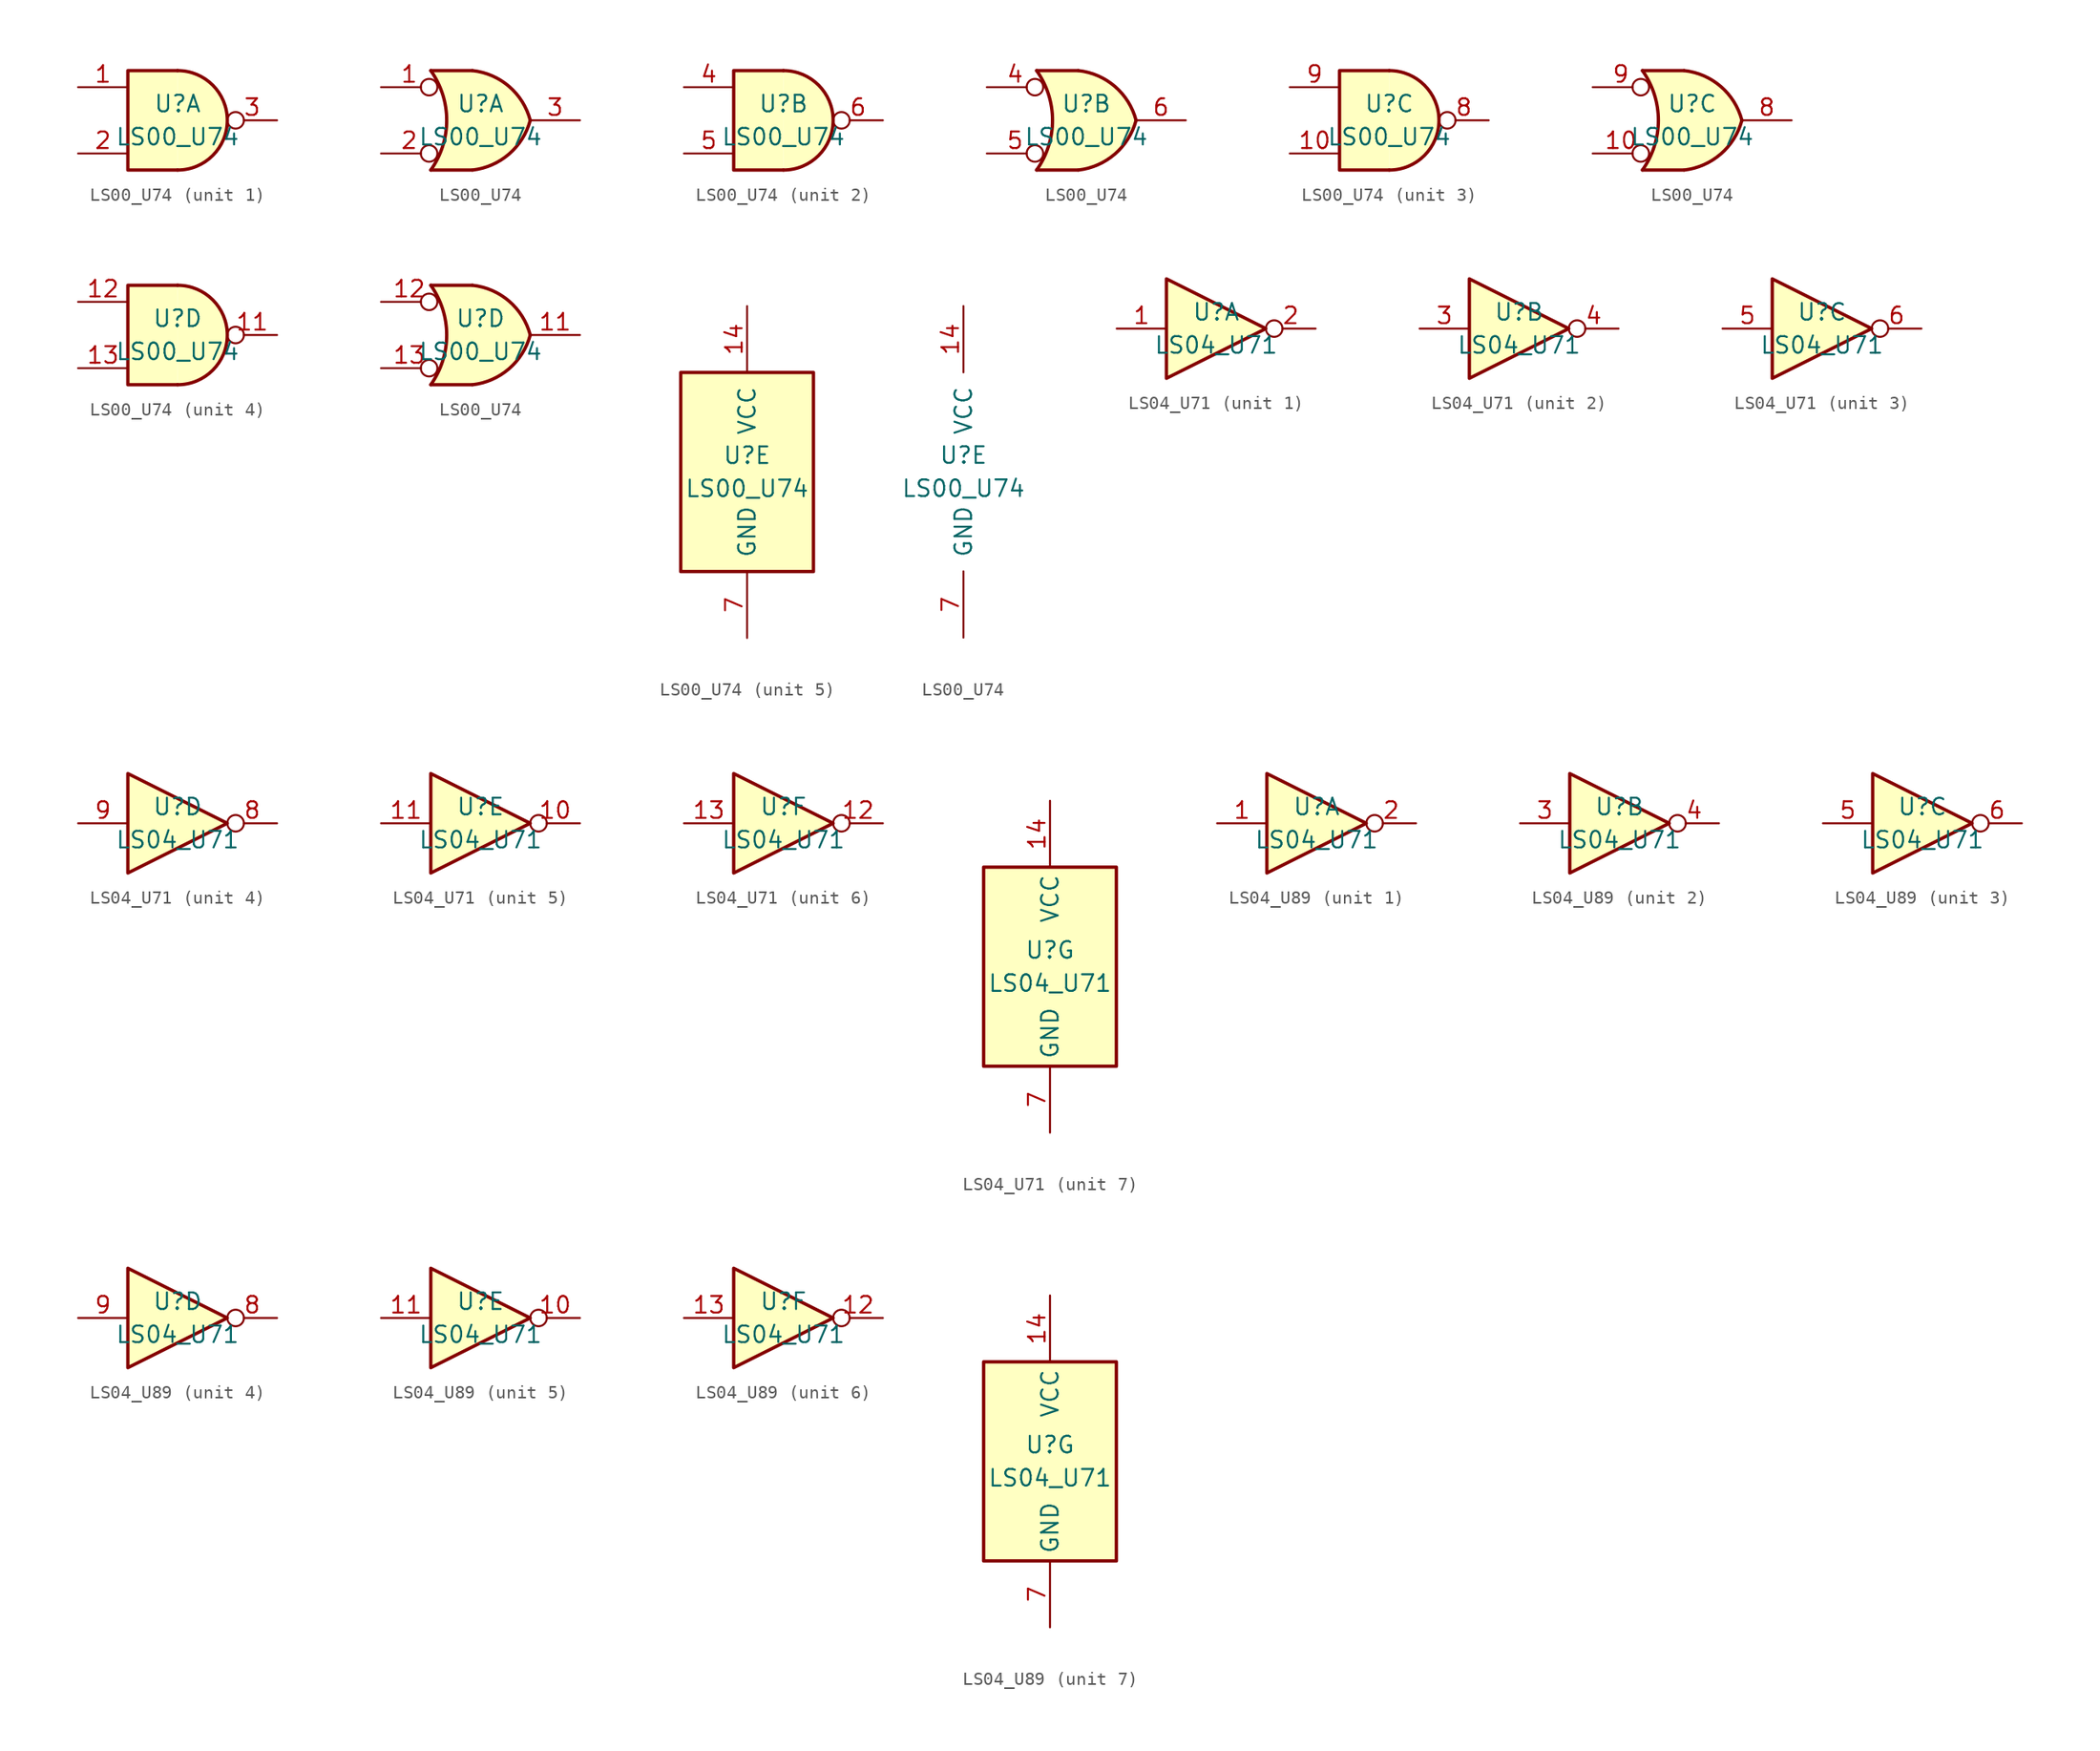
<source format=kicad_sym>
(kicad_symbol_lib
  (version 20220914)
  (generator kicad_symbol_editor)
  (symbol "LS00_U74"
    (pin_names
      (offset 1.016))
    (property "Reference" "U"
      (at 0 1.27 0)
      (effects (font (size 1.27 1.27))))
    (property "Value" "LS00_U74"
      (at 0 -1.27 0)
      (effects (font (size 1.27 1.27))))
    (property "ki_locked" ""
      (at 0 0 0)
      (effects (font (size 1.27 1.27))))
    (symbol "LS00_U74_1_1"
      (arc (start 0 -3.81) (mid 3.7934 0) (end 0 3.81) (stroke (width 0.254) (type default)) (fill (type background)))
      (polyline (pts (xy 0 3.81) (xy -3.81 3.81) (xy -3.81 -3.81) (xy 0 -3.81)) (stroke (width 0.254) (type default)) (fill (type background)))
      (pin input line (at -7.62 2.54 0) (length 3.81) (name "~" (effects (font (size 1.27 1.27)))) (number "1" (effects (font (size 1.27 1.27)))))
      (pin input line (at -7.62 -2.54 0) (length 3.81) (name "~" (effects (font (size 1.27 1.27)))) (number "2" (effects (font (size 1.27 1.27)))))
      (pin output inverted (at 7.62 0 180) (length 3.81) (name "~" (effects (font (size 1.27 1.27)))) (number "3" (effects (font (size 1.27 1.27))))))
    (symbol "LS00_U74_1_2"
      (arc (start -3.81 -3.81) (mid -2.589 0) (end -3.81 3.81) (stroke (width 0.254) (type default)) (fill (type none)))
      (arc (start -0.6096 -3.81) (mid 2.1842 -2.5851) (end 3.81 0) (stroke (width 0.254) (type default)) (fill (type background)))
      (polyline (pts (xy -3.81 -3.81) (xy -0.635 -3.81)) (stroke (width 0.254) (type default)) (fill (type background)))
      (polyline (pts (xy -3.81 3.81) (xy -0.635 3.81)) (stroke (width 0.254) (type default)) (fill (type background)))
      (polyline (pts (xy -0.635 3.81) (xy -3.81 3.81) (xy -3.81 3.81) (xy -3.556 3.404) (xy -3.023 2.261) (xy -2.692 1.041) (xy -2.616 -0.254) (xy -2.769 -1.499) (xy -3.175 -2.718) (xy -3.81 -3.81) (xy -3.81 -3.81) (xy -0.635 -3.81)) (stroke (width -25.4) (type default)) (fill (type background)))
      (arc (start 3.81 0) (mid 2.1915 2.5936) (end -0.6096 3.81) (stroke (width 0.254) (type default)) (fill (type background)))
      (pin input inverted (at -7.62 2.54 0) (length 4.318) (name "~" (effects (font (size 1.27 1.27)))) (number "1" (effects (font (size 1.27 1.27)))))
      (pin input inverted (at -7.62 -2.54 0) (length 4.318) (name "~" (effects (font (size 1.27 1.27)))) (number "2" (effects (font (size 1.27 1.27)))))
      (pin output line (at 7.62 0 180) (length 3.81) (name "~" (effects (font (size 1.27 1.27)))) (number "3" (effects (font (size 1.27 1.27))))))
    (symbol "LS00_U74_2_1"
      (arc (start 0 -3.81) (mid 3.7934 0) (end 0 3.81) (stroke (width 0.254) (type default)) (fill (type background)))
      (polyline (pts (xy 0 3.81) (xy -3.81 3.81) (xy -3.81 -3.81) (xy 0 -3.81)) (stroke (width 0.254) (type default)) (fill (type background)))
      (pin input line (at -7.62 2.54 0) (length 3.81) (name "~" (effects (font (size 1.27 1.27)))) (number "4" (effects (font (size 1.27 1.27)))))
      (pin input line (at -7.62 -2.54 0) (length 3.81) (name "~" (effects (font (size 1.27 1.27)))) (number "5" (effects (font (size 1.27 1.27)))))
      (pin output inverted (at 7.62 0 180) (length 3.81) (name "~" (effects (font (size 1.27 1.27)))) (number "6" (effects (font (size 1.27 1.27))))))
    (symbol "LS00_U74_2_2"
      (arc (start -3.81 -3.81) (mid -2.589 0) (end -3.81 3.81) (stroke (width 0.254) (type default)) (fill (type none)))
      (arc (start -0.6096 -3.81) (mid 2.1842 -2.5851) (end 3.81 0) (stroke (width 0.254) (type default)) (fill (type background)))
      (polyline (pts (xy -3.81 -3.81) (xy -0.635 -3.81)) (stroke (width 0.254) (type default)) (fill (type background)))
      (polyline (pts (xy -3.81 3.81) (xy -0.635 3.81)) (stroke (width 0.254) (type default)) (fill (type background)))
      (polyline (pts (xy -0.635 3.81) (xy -3.81 3.81) (xy -3.81 3.81) (xy -3.556 3.404) (xy -3.023 2.261) (xy -2.692 1.041) (xy -2.616 -0.254) (xy -2.769 -1.499) (xy -3.175 -2.718) (xy -3.81 -3.81) (xy -3.81 -3.81) (xy -0.635 -3.81)) (stroke (width -25.4) (type default)) (fill (type background)))
      (arc (start 3.81 0) (mid 2.1915 2.5936) (end -0.6096 3.81) (stroke (width 0.254) (type default)) (fill (type background)))
      (pin input inverted (at -7.62 2.54 0) (length 4.318) (name "~" (effects (font (size 1.27 1.27)))) (number "4" (effects (font (size 1.27 1.27)))))
      (pin input inverted (at -7.62 -2.54 0) (length 4.318) (name "~" (effects (font (size 1.27 1.27)))) (number "5" (effects (font (size 1.27 1.27)))))
      (pin output line (at 7.62 0 180) (length 3.81) (name "~" (effects (font (size 1.27 1.27)))) (number "6" (effects (font (size 1.27 1.27))))))
    (symbol "LS00_U74_3_1"
      (arc (start 0 -3.81) (mid 3.7934 0) (end 0 3.81) (stroke (width 0.254) (type default)) (fill (type background)))
      (polyline (pts (xy 0 3.81) (xy -3.81 3.81) (xy -3.81 -3.81) (xy 0 -3.81)) (stroke (width 0.254) (type default)) (fill (type background)))
      (pin input line (at -7.62 -2.54 0) (length 3.81) (name "~" (effects (font (size 1.27 1.27)))) (number "10" (effects (font (size 1.27 1.27)))))
      (pin output inverted (at 7.62 0 180) (length 3.81) (name "~" (effects (font (size 1.27 1.27)))) (number "8" (effects (font (size 1.27 1.27)))))
      (pin input line (at -7.62 2.54 0) (length 3.81) (name "~" (effects (font (size 1.27 1.27)))) (number "9" (effects (font (size 1.27 1.27))))))
    (symbol "LS00_U74_3_2"
      (arc (start -3.81 -3.81) (mid -2.589 0) (end -3.81 3.81) (stroke (width 0.254) (type default)) (fill (type none)))
      (arc (start -0.6096 -3.81) (mid 2.1842 -2.5851) (end 3.81 0) (stroke (width 0.254) (type default)) (fill (type background)))
      (polyline (pts (xy -3.81 -3.81) (xy -0.635 -3.81)) (stroke (width 0.254) (type default)) (fill (type background)))
      (polyline (pts (xy -3.81 3.81) (xy -0.635 3.81)) (stroke (width 0.254) (type default)) (fill (type background)))
      (polyline (pts (xy -0.635 3.81) (xy -3.81 3.81) (xy -3.81 3.81) (xy -3.556 3.404) (xy -3.023 2.261) (xy -2.692 1.041) (xy -2.616 -0.254) (xy -2.769 -1.499) (xy -3.175 -2.718) (xy -3.81 -3.81) (xy -3.81 -3.81) (xy -0.635 -3.81)) (stroke (width -25.4) (type default)) (fill (type background)))
      (arc (start 3.81 0) (mid 2.1915 2.5936) (end -0.6096 3.81) (stroke (width 0.254) (type default)) (fill (type background)))
      (pin input inverted (at -7.62 -2.54 0) (length 4.318) (name "~" (effects (font (size 1.27 1.27)))) (number "10" (effects (font (size 1.27 1.27)))))
      (pin output line (at 7.62 0 180) (length 3.81) (name "~" (effects (font (size 1.27 1.27)))) (number "8" (effects (font (size 1.27 1.27)))))
      (pin input inverted (at -7.62 2.54 0) (length 4.318) (name "~" (effects (font (size 1.27 1.27)))) (number "9" (effects (font (size 1.27 1.27))))))
    (symbol "LS00_U74_4_1"
      (arc (start 0 -3.81) (mid 3.7934 0) (end 0 3.81) (stroke (width 0.254) (type default)) (fill (type background)))
      (polyline (pts (xy 0 3.81) (xy -3.81 3.81) (xy -3.81 -3.81) (xy 0 -3.81)) (stroke (width 0.254) (type default)) (fill (type background)))
      (pin output inverted (at 7.62 0 180) (length 3.81) (name "~" (effects (font (size 1.27 1.27)))) (number "11" (effects (font (size 1.27 1.27)))))
      (pin input line (at -7.62 2.54 0) (length 3.81) (name "~" (effects (font (size 1.27 1.27)))) (number "12" (effects (font (size 1.27 1.27)))))
      (pin input line (at -7.62 -2.54 0) (length 3.81) (name "~" (effects (font (size 1.27 1.27)))) (number "13" (effects (font (size 1.27 1.27))))))
    (symbol "LS00_U74_4_2"
      (arc (start -3.81 -3.81) (mid -2.589 0) (end -3.81 3.81) (stroke (width 0.254) (type default)) (fill (type none)))
      (arc (start -0.6096 -3.81) (mid 2.1842 -2.5851) (end 3.81 0) (stroke (width 0.254) (type default)) (fill (type background)))
      (polyline (pts (xy -3.81 -3.81) (xy -0.635 -3.81)) (stroke (width 0.254) (type default)) (fill (type background)))
      (polyline (pts (xy -3.81 3.81) (xy -0.635 3.81)) (stroke (width 0.254) (type default)) (fill (type background)))
      (polyline (pts (xy -0.635 3.81) (xy -3.81 3.81) (xy -3.81 3.81) (xy -3.556 3.404) (xy -3.023 2.261) (xy -2.692 1.041) (xy -2.616 -0.254) (xy -2.769 -1.499) (xy -3.175 -2.718) (xy -3.81 -3.81) (xy -3.81 -3.81) (xy -0.635 -3.81)) (stroke (width -25.4) (type default)) (fill (type background)))
      (arc (start 3.81 0) (mid 2.1915 2.5936) (end -0.6096 3.81) (stroke (width 0.254) (type default)) (fill (type background)))
      (pin output line (at 7.62 0 180) (length 3.81) (name "~" (effects (font (size 1.27 1.27)))) (number "11" (effects (font (size 1.27 1.27)))))
      (pin input inverted (at -7.62 2.54 0) (length 4.318) (name "~" (effects (font (size 1.27 1.27)))) (number "12" (effects (font (size 1.27 1.27)))))
      (pin input inverted (at -7.62 -2.54 0) (length 4.318) (name "~" (effects (font (size 1.27 1.27)))) (number "13" (effects (font (size 1.27 1.27))))))
    (symbol "LS00_U74_5_0"
      (pin power_in line (at 0 12.7 270) (length 5.08) (name "VCC" (effects (font (size 1.27 1.27)))) (number "14" (effects (font (size 1.27 1.27)))))
      (pin power_in line (at 0 -12.7 90) (length 5.08) (name "GND" (effects (font (size 1.27 1.27)))) (number "7" (effects (font (size 1.27 1.27))))))
    (symbol "LS00_U74_5_1"
      (rectangle (start -5.08 7.62) (end 5.08 -7.62) (stroke (width 0.254) (type default)) (fill (type background)))))
  (symbol "LS04_U71"
    (property "Reference" "U"
      (at 0 1.27 0)
      (effects (font (size 1.27 1.27))))
    (property "Value" "LS04_U71"
      (at 0 -1.27 0)
      (effects (font (size 1.27 1.27))))
    (property "ki_locked" ""
      (at 0 0 0)
      (effects (font (size 1.27 1.27))))
    (symbol "LS04_U71_1_0"
      (polyline (pts (xy -3.81 3.81) (xy -3.81 -3.81) (xy 3.81 0) (xy -3.81 3.81)) (stroke (width 0.254) (type default)) (fill (type background)))
      (pin input line (at -7.62 0 0) (length 3.81) (name "~" (effects (font (size 1.27 1.27)))) (number "1" (effects (font (size 1.27 1.27)))))
      (pin output inverted (at 7.62 0 180) (length 3.81) (name "~" (effects (font (size 1.27 1.27)))) (number "2" (effects (font (size 1.27 1.27))))))
    (symbol "LS04_U71_2_0"
      (polyline (pts (xy -3.81 3.81) (xy -3.81 -3.81) (xy 3.81 0) (xy -3.81 3.81)) (stroke (width 0.254) (type default)) (fill (type background)))
      (pin input line (at -7.62 0 0) (length 3.81) (name "~" (effects (font (size 1.27 1.27)))) (number "3" (effects (font (size 1.27 1.27)))))
      (pin output inverted (at 7.62 0 180) (length 3.81) (name "~" (effects (font (size 1.27 1.27)))) (number "4" (effects (font (size 1.27 1.27))))))
    (symbol "LS04_U71_3_0"
      (polyline (pts (xy -3.81 3.81) (xy -3.81 -3.81) (xy 3.81 0) (xy -3.81 3.81)) (stroke (width 0.254) (type default)) (fill (type background)))
      (pin input line (at -7.62 0 0) (length 3.81) (name "~" (effects (font (size 1.27 1.27)))) (number "5" (effects (font (size 1.27 1.27)))))
      (pin output inverted (at 7.62 0 180) (length 3.81) (name "~" (effects (font (size 1.27 1.27)))) (number "6" (effects (font (size 1.27 1.27))))))
    (symbol "LS04_U71_4_0"
      (polyline (pts (xy -3.81 3.81) (xy -3.81 -3.81) (xy 3.81 0) (xy -3.81 3.81)) (stroke (width 0.254) (type default)) (fill (type background)))
      (pin output inverted (at 7.62 0 180) (length 3.81) (name "~" (effects (font (size 1.27 1.27)))) (number "8" (effects (font (size 1.27 1.27)))))
      (pin input line (at -7.62 0 0) (length 3.81) (name "~" (effects (font (size 1.27 1.27)))) (number "9" (effects (font (size 1.27 1.27))))))
    (symbol "LS04_U71_5_0"
      (polyline (pts (xy -3.81 3.81) (xy -3.81 -3.81) (xy 3.81 0) (xy -3.81 3.81)) (stroke (width 0.254) (type default)) (fill (type background)))
      (pin output inverted (at 7.62 0 180) (length 3.81) (name "~" (effects (font (size 1.27 1.27)))) (number "10" (effects (font (size 1.27 1.27)))))
      (pin input line (at -7.62 0 0) (length 3.81) (name "~" (effects (font (size 1.27 1.27)))) (number "11" (effects (font (size 1.27 1.27))))))
    (symbol "LS04_U71_6_0"
      (polyline (pts (xy -3.81 3.81) (xy -3.81 -3.81) (xy 3.81 0) (xy -3.81 3.81)) (stroke (width 0.254) (type default)) (fill (type background)))
      (pin output inverted (at 7.62 0 180) (length 3.81) (name "~" (effects (font (size 1.27 1.27)))) (number "12" (effects (font (size 1.27 1.27)))))
      (pin input line (at -7.62 0 0) (length 3.81) (name "~" (effects (font (size 1.27 1.27)))) (number "13" (effects (font (size 1.27 1.27))))))
    (symbol "LS04_U71_7_0"
      (pin power_in line (at 0 12.7 270) (length 5.08) (name "VCC" (effects (font (size 1.27 1.27)))) (number "14" (effects (font (size 1.27 1.27)))))
      (pin power_in line (at 0 -12.7 90) (length 5.08) (name "GND" (effects (font (size 1.27 1.27)))) (number "7" (effects (font (size 1.27 1.27))))))
    (symbol "LS04_U71_7_1"
      (rectangle (start -5.08 7.62) (end 5.08 -7.62) (stroke (width 0.254) (type default)) (fill (type background)))))
  (symbol "LS04_U89"
    (property "Reference" "U"
      (at 0 1.27 0)
      (effects (font (size 1.27 1.27))))
    (property "Value" "LS04_U71"
      (at 0 -1.27 0)
      (effects (font (size 1.27 1.27))))
    (property "ki_locked" ""
      (at 0 0 0)
      (effects (font (size 1.27 1.27))))
    (symbol "LS04_U89_1_0"
      (polyline (pts (xy -3.81 3.81) (xy -3.81 -3.81) (xy 3.81 0) (xy -3.81 3.81)) (stroke (width 0.254) (type default)) (fill (type background)))
      (pin input line (at -7.62 0 0) (length 3.81) (name "~" (effects (font (size 1.27 1.27)))) (number "1" (effects (font (size 1.27 1.27)))))
      (pin output inverted (at 7.62 0 180) (length 3.81) (name "~" (effects (font (size 1.27 1.27)))) (number "2" (effects (font (size 1.27 1.27))))))
    (symbol "LS04_U89_2_0"
      (polyline (pts (xy -3.81 3.81) (xy -3.81 -3.81) (xy 3.81 0) (xy -3.81 3.81)) (stroke (width 0.254) (type default)) (fill (type background)))
      (pin input line (at -7.62 0 0) (length 3.81) (name "~" (effects (font (size 1.27 1.27)))) (number "3" (effects (font (size 1.27 1.27)))))
      (pin output inverted (at 7.62 0 180) (length 3.81) (name "~" (effects (font (size 1.27 1.27)))) (number "4" (effects (font (size 1.27 1.27))))))
    (symbol "LS04_U89_3_0"
      (polyline (pts (xy -3.81 3.81) (xy -3.81 -3.81) (xy 3.81 0) (xy -3.81 3.81)) (stroke (width 0.254) (type default)) (fill (type background)))
      (pin input line (at -7.62 0 0) (length 3.81) (name "~" (effects (font (size 1.27 1.27)))) (number "5" (effects (font (size 1.27 1.27)))))
      (pin output inverted (at 7.62 0 180) (length 3.81) (name "~" (effects (font (size 1.27 1.27)))) (number "6" (effects (font (size 1.27 1.27))))))
    (symbol "LS04_U89_4_0"
      (polyline (pts (xy -3.81 3.81) (xy -3.81 -3.81) (xy 3.81 0) (xy -3.81 3.81)) (stroke (width 0.254) (type default)) (fill (type background)))
      (pin output inverted (at 7.62 0 180) (length 3.81) (name "~" (effects (font (size 1.27 1.27)))) (number "8" (effects (font (size 1.27 1.27)))))
      (pin input line (at -7.62 0 0) (length 3.81) (name "~" (effects (font (size 1.27 1.27)))) (number "9" (effects (font (size 1.27 1.27))))))
    (symbol "LS04_U89_5_0"
      (polyline (pts (xy -3.81 3.81) (xy -3.81 -3.81) (xy 3.81 0) (xy -3.81 3.81)) (stroke (width 0.254) (type default)) (fill (type background)))
      (pin output inverted (at 7.62 0 180) (length 3.81) (name "~" (effects (font (size 1.27 1.27)))) (number "10" (effects (font (size 1.27 1.27)))))
      (pin input line (at -7.62 0 0) (length 3.81) (name "~" (effects (font (size 1.27 1.27)))) (number "11" (effects (font (size 1.27 1.27))))))
    (symbol "LS04_U89_6_0"
      (polyline (pts (xy -3.81 3.81) (xy -3.81 -3.81) (xy 3.81 0) (xy -3.81 3.81)) (stroke (width 0.254) (type default)) (fill (type background)))
      (pin output inverted (at 7.62 0 180) (length 3.81) (name "~" (effects (font (size 1.27 1.27)))) (number "12" (effects (font (size 1.27 1.27)))))
      (pin input line (at -7.62 0 0) (length 3.81) (name "~" (effects (font (size 1.27 1.27)))) (number "13" (effects (font (size 1.27 1.27))))))
    (symbol "LS04_U89_7_0"
      (pin power_in line (at 0 12.7 270) (length 5.08) (name "VCC" (effects (font (size 1.27 1.27)))) (number "14" (effects (font (size 1.27 1.27)))))
      (pin power_in line (at 0 -12.7 90) (length 5.08) (name "GND" (effects (font (size 1.27 1.27)))) (number "7" (effects (font (size 1.27 1.27))))))
    (symbol "LS04_U89_7_1"
      (rectangle (start -5.08 7.62) (end 5.08 -7.62) (stroke (width 0.254) (type default)) (fill (type background))))))
</source>
